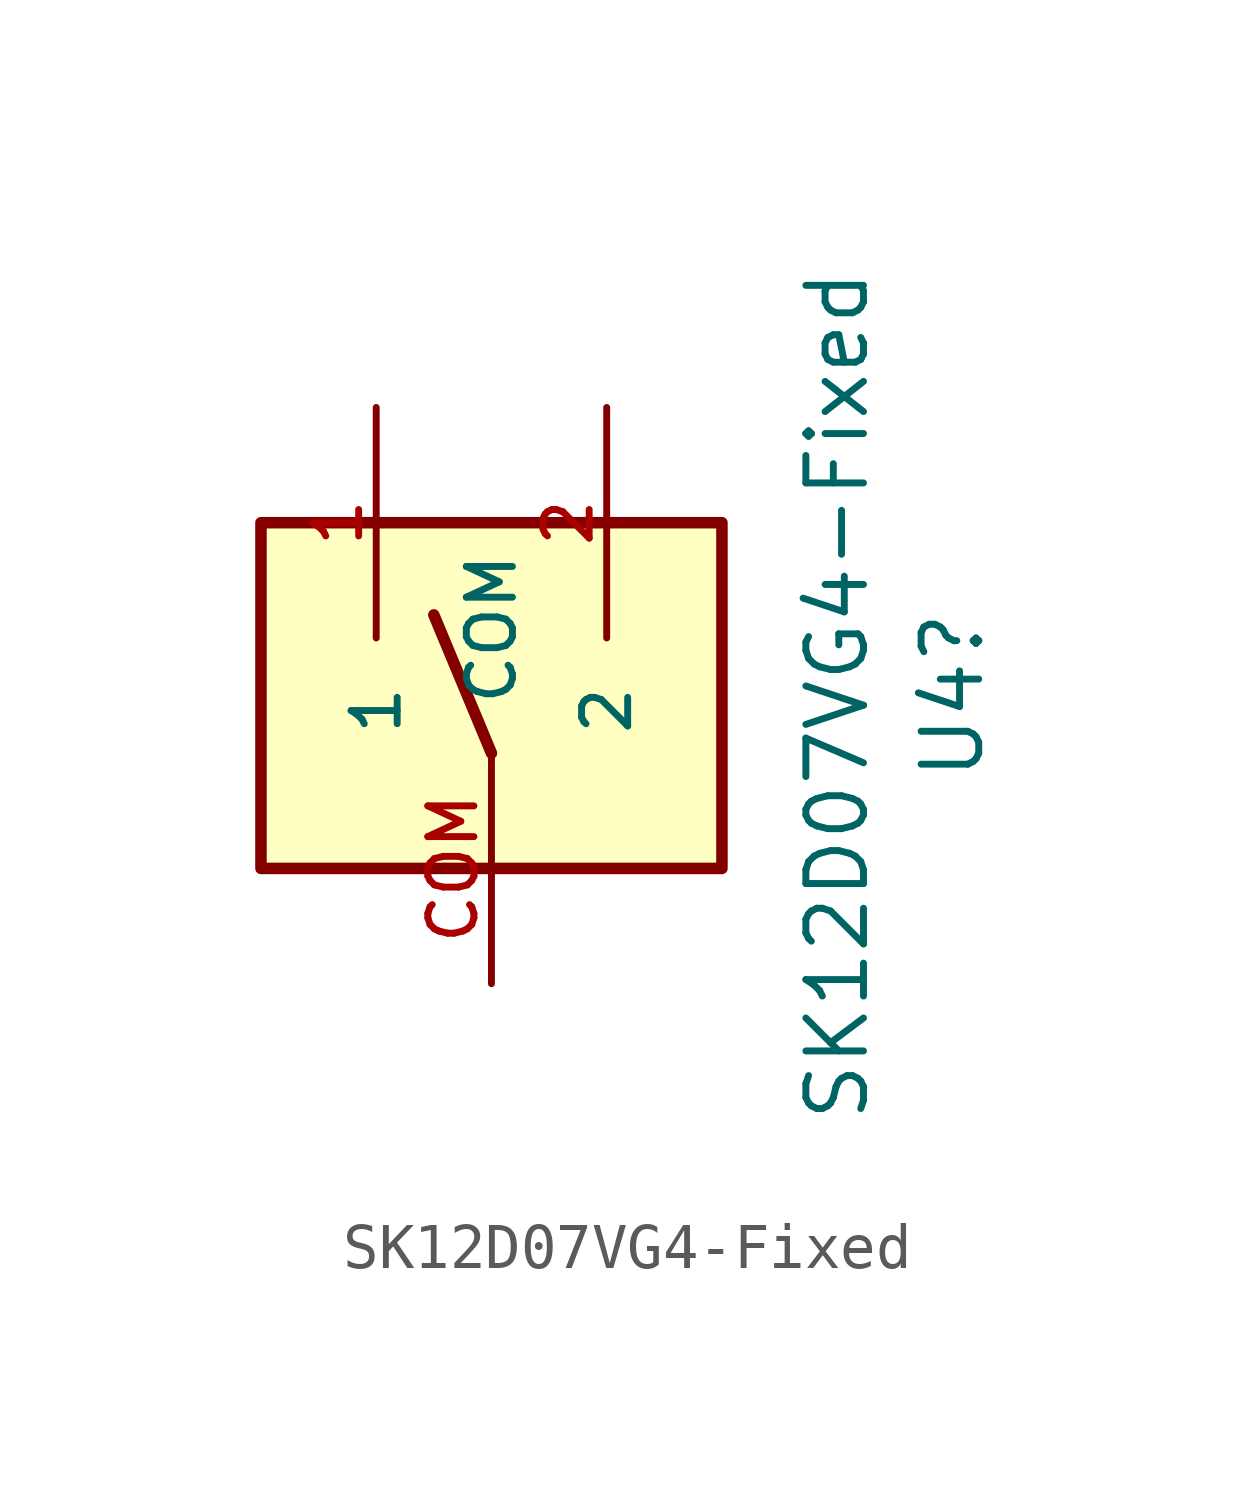
<source format=kicad_sym>
(kicad_symbol_lib
  (version 20241209)
  (generator "kicad_symbol_editor")
  (generator_version "9.0")
  (symbol "SK12D07VG4-Fixed"
    (pin_names
      (offset 1.016))
    (property "Reference" "U4"
      (at 10.16 1.27 90)
      (effects (font (size 1.27 1.27))))
    (property "Value" "SK12D07VG4-Fixed"
      (at 7.62 1.27 90)
      (effects (font (size 1.27 1.27))))
    (symbol "SK12D07VG4-Fixed_0_0"
      (rectangle (start -5.08 -2.54) (end 5.08 5.08) (stroke (width 0.254) (type default)) (fill (type background)))
      (polyline (pts (xy 0 0) (xy -1.27 3.048)) (stroke (width 0.254) (type default)) (fill (type none))))
    (symbol "SK12D07VG4-Fixed_1_0"
      (pin power_in line (at -2.54 7.62 270) (length 5.08) (name "1" (effects (font (size 1.016 1.016)))) (number "1" (effects (font (size 1.016 1.016)))))
      (pin power_in line (at 0 -5.08 90) (length 5.08) (name "COM" (effects (font (size 1.016 1.016)))) (number "COM" (effects (font (size 1.016 1.016)))))
      (pin power_in line (at 2.54 7.62 270) (length 5.08) (name "2" (effects (font (size 1.016 1.016)))) (number "2" (effects (font (size 1.016 1.016))))))))
</source>
